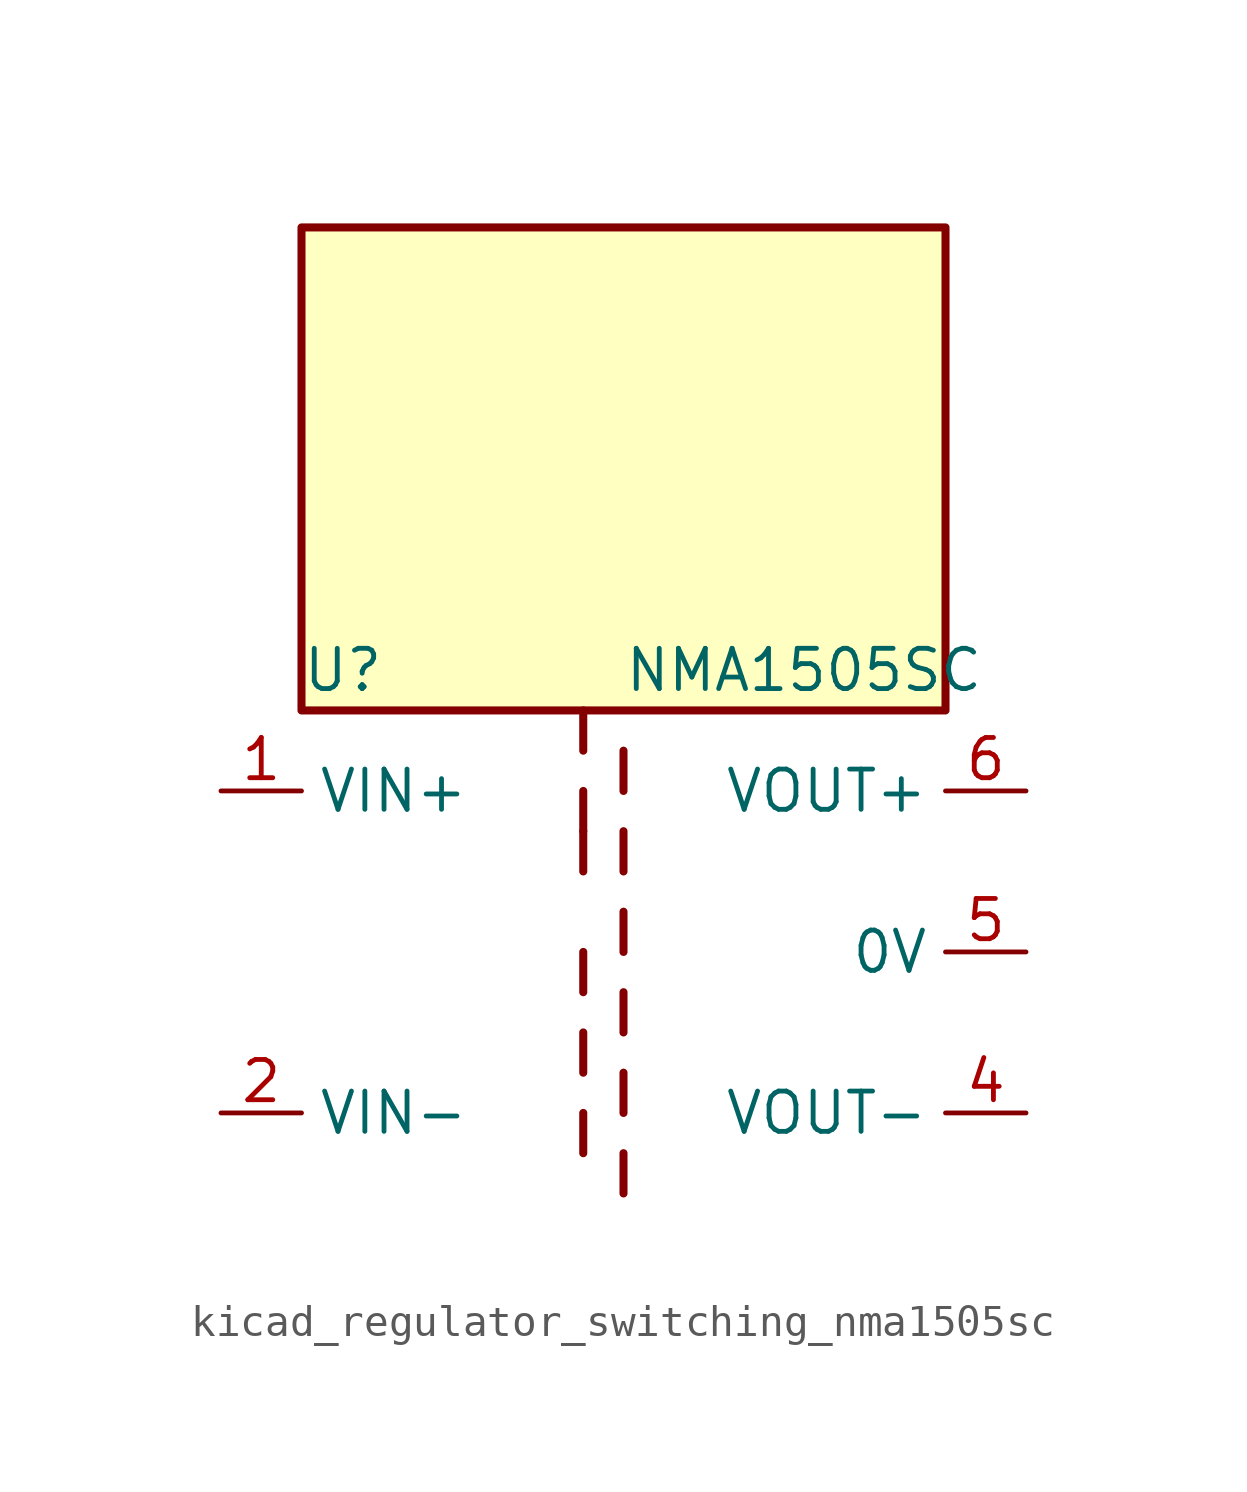
<source format=kicad_sym>
(kicad_symbol_lib
  (version 20220914)
  (generator kicad_symbol_editor)
  (symbol "kicad_regulator_switching_nma1505sc"
    (property "Reference" "U"
      (at -10.16 8.89 0)
      (effects (font (size 1.27 1.27)) (justify left)))
    (property "Value" "NMA1505SC"
      (at 0 8.89 0)
      (effects (font (size 1.27 1.27)) (justify left)))
    (symbol "kicad_regulator_switching_nma1505sc_0_1"
      (polyline (pts (xy -1.27 -5.08) (xy -1.27 -6.35)) (stroke (width 0.254) (type default)) (fill (type none)))
      (polyline (pts (xy -1.27 -2.54) (xy -1.27 -3.81)) (stroke (width 0.254) (type default)) (fill (type none)))
      (polyline (pts (xy -1.27 0) (xy -1.27 -1.27)) (stroke (width 0.254) (type default)) (fill (type none)))
      (polyline (pts (xy -1.27 2.54) (xy -1.27 3.81)) (stroke (width 0.254) (type default)) (fill (type none)))
      (polyline (pts (xy -1.27 5.08) (xy -1.27 3.81)) (stroke (width 0.254) (type default)) (fill (type none)))
      (polyline (pts (xy -1.27 7.62) (xy -1.27 6.35)) (stroke (width 0.254) (type default)) (fill (type none)))
      (polyline (pts (xy 0 -7.62) (xy 0 -6.35)) (stroke (width 0.254) (type default)) (fill (type none)))
      (polyline (pts (xy 0 -5.08) (xy 0 -3.81)) (stroke (width 0.254) (type default)) (fill (type none)))
      (polyline (pts (xy 0 -1.27) (xy 0 -2.54)) (stroke (width 0.254) (type default)) (fill (type none)))
      (polyline (pts (xy 0 0) (xy 0 1.27)) (stroke (width 0.254) (type default)) (fill (type none)))
      (polyline (pts (xy 0 2.54) (xy 0 3.81)) (stroke (width 0.254) (type default)) (fill (type none)))
      (polyline (pts (xy 0 5.08) (xy 0 6.35)) (stroke (width 0.254) (type default)) (fill (type none)))
      (rectangle (start 10.16 22.86) (end -10.16 7.62) (stroke (width 0.254) (type default)) (fill (type background))))
    (symbol "kicad_regulator_switching_nma1505sc_1_1"
      (pin power_in line (at -12.7 5.08 0) (length 2.54) (name "VIN+" (effects (font (size 1.27 1.27)))) (number "1" (effects (font (size 1.27 1.27)))))
      (pin power_in line (at -12.7 -5.08 0) (length 2.54) (name "VIN-" (effects (font (size 1.27 1.27)))) (number "2" (effects (font (size 1.27 1.27)))))
      (pin power_out line (at 12.7 -5.08 180) (length 2.54) (name "VOUT-" (effects (font (size 1.27 1.27)))) (number "4" (effects (font (size 1.27 1.27)))))
      (pin power_out line (at 12.7 0 180) (length 2.54) (name "0V" (effects (font (size 1.27 1.27)))) (number "5" (effects (font (size 1.27 1.27)))))
      (pin power_out line (at 12.7 5.08 180) (length 2.54) (name "VOUT+" (effects (font (size 1.27 1.27)))) (number "6" (effects (font (size 1.27 1.27))))))))
</source>
